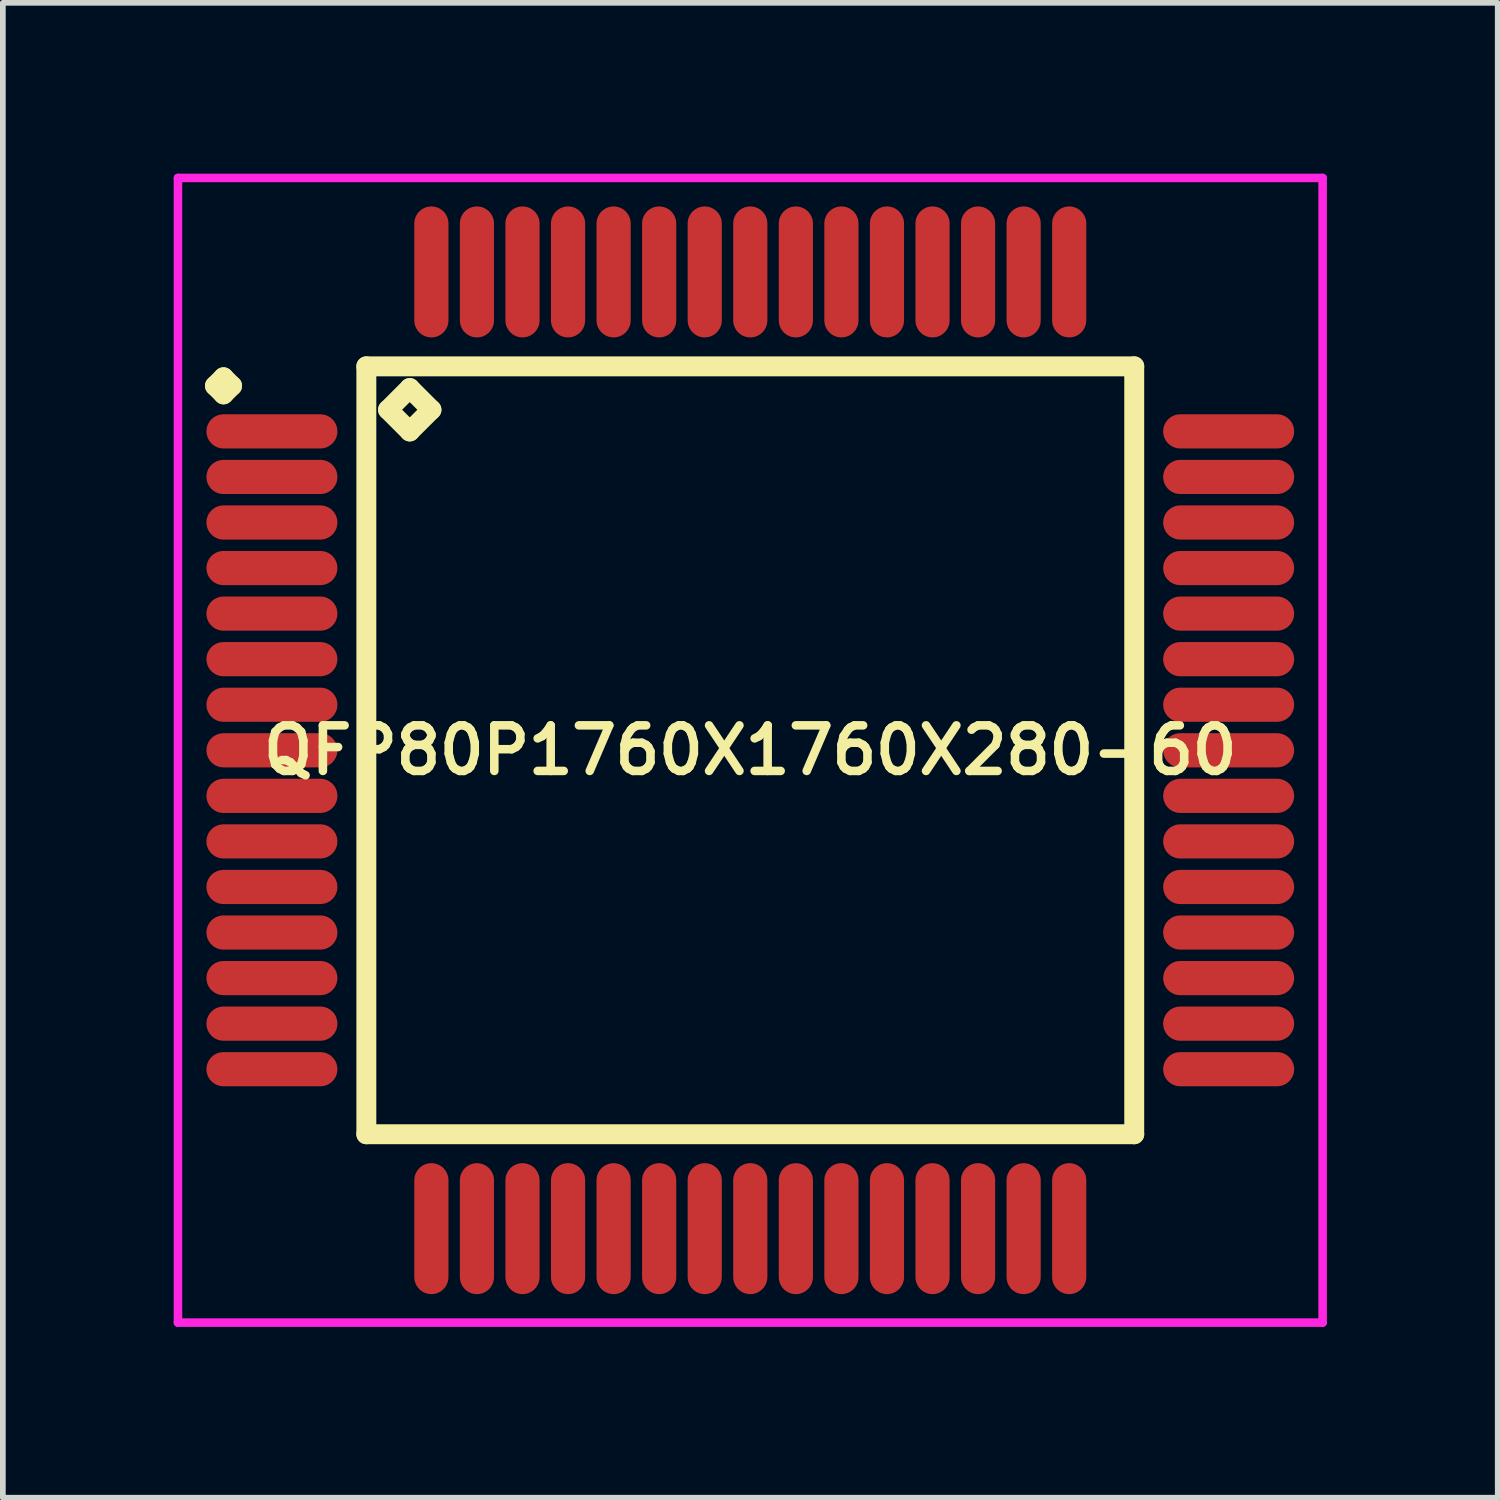
<source format=kicad_pcb>
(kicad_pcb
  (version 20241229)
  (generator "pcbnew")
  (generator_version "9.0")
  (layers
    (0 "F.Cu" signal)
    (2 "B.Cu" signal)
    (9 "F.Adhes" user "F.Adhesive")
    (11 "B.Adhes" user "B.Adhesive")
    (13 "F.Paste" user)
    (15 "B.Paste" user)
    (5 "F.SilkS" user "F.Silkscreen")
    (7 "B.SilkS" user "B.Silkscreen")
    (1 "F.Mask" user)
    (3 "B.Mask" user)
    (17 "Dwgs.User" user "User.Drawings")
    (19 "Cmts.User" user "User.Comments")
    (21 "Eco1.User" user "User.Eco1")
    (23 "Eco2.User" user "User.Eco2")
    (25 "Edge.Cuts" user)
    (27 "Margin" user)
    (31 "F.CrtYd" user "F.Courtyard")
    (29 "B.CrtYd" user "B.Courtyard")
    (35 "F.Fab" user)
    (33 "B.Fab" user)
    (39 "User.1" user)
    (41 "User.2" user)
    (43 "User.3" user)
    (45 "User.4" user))
  (footprint "QFP80P1760X1760X280-60"
    (layer "F.Cu")
    (at 10.125 10.125)
    (property "Reference" "QFP80P1760X1760X280-60" (at 0 0 0) (layer "F.SilkS") (effects (font (size 0.8 0.8) (thickness 0.15))))
    (attr smd)
    (fp_line (start -9.4 -6.4) (end -9.25 -6.55) (stroke (width 0.35) (type solid)) (layer "F.SilkS"))
    (fp_line (start -9.25 -6.55) (end -9.1 -6.4) (stroke (width 0.35) (type solid)) (layer "F.SilkS"))
    (fp_line (start -9.25 -6.25) (end -9.4 -6.4) (stroke (width 0.35) (type solid)) (layer "F.SilkS"))
    (fp_line (start -9.1 -6.4) (end -9.25 -6.25) (stroke (width 0.35) (type solid)) (layer "F.SilkS"))
    (fp_line (start -6.742 -6.742) (end -6.742 6.742) (stroke (width 0.35) (type solid)) (layer "F.SilkS"))
    (fp_line (start -6.742 6.742) (end 6.742 6.742) (stroke (width 0.35) (type solid)) (layer "F.SilkS"))
    (fp_line (start -6.361 -5.98) (end -5.98 -6.361) (stroke (width 0.35) (type solid)) (layer "F.SilkS"))
    (fp_line (start -5.98 -6.361) (end -5.599 -5.98) (stroke (width 0.35) (type solid)) (layer "F.SilkS"))
    (fp_line (start -5.98 -5.599) (end -6.361 -5.98) (stroke (width 0.35) (type solid)) (layer "F.SilkS"))
    (fp_line (start -5.599 -5.98) (end -5.98 -5.599) (stroke (width 0.35) (type solid)) (layer "F.SilkS"))
    (fp_line (start 6.742 -6.742) (end -6.742 -6.742) (stroke (width 0.35) (type solid)) (layer "F.SilkS"))
    (fp_line (start 6.742 6.742) (end 6.742 -6.742) (stroke (width 0.35) (type solid)) (layer "F.SilkS"))
    (fp_line (start -10.05 -10.05) (end 10.05 -10.05) (stroke (width 0.15) (type solid)) (layer "F.CrtYd"))
    (fp_line (start -10.05 10.05) (end -10.05 -10.05) (stroke (width 0.15) (type solid)) (layer "F.CrtYd"))
    (fp_line (start 10.05 -10.05) (end 10.05 10.05) (stroke (width 0.15) (type solid)) (layer "F.CrtYd"))
    (fp_line (start 10.05 10.05) (end -10.05 10.05) (stroke (width 0.15) (type solid)) (layer "F.CrtYd"))
    (pad "1" smd oval (at -8.4 -5.6) (size 2.3 0.6) (layers "F.Cu" "F.Mask" "F.Paste"))
    (pad "2" smd oval (at -8.4 -4.8) (size 2.3 0.6) (layers "F.Cu" "F.Mask" "F.Paste"))
    (pad "3" smd oval (at -8.4 -4) (size 2.3 0.6) (layers "F.Cu" "F.Mask" "F.Paste"))
    (pad "4" smd oval (at -8.4 -3.2) (size 2.3 0.6) (layers "F.Cu" "F.Mask" "F.Paste"))
    (pad "5" smd oval (at -8.4 -2.4) (size 2.3 0.6) (layers "F.Cu" "F.Mask" "F.Paste"))
    (pad "6" smd oval (at -8.4 -1.6) (size 2.3 0.6) (layers "F.Cu" "F.Mask" "F.Paste"))
    (pad "7" smd oval (at -8.4 -0.8) (size 2.3 0.6) (layers "F.Cu" "F.Mask" "F.Paste"))
    (pad "8" smd oval (at -8.4 0) (size 2.3 0.6) (layers "F.Cu" "F.Mask" "F.Paste"))
    (pad "9" smd oval (at -8.4 0.8) (size 2.3 0.6) (layers "F.Cu" "F.Mask" "F.Paste"))
    (pad "10" smd oval (at -8.4 1.6) (size 2.3 0.6) (layers "F.Cu" "F.Mask" "F.Paste"))
    (pad "11" smd oval (at -8.4 2.4) (size 2.3 0.6) (layers "F.Cu" "F.Mask" "F.Paste"))
    (pad "12" smd oval (at -8.4 3.2) (size 2.3 0.6) (layers "F.Cu" "F.Mask" "F.Paste"))
    (pad "13" smd oval (at -8.4 4) (size 2.3 0.6) (layers "F.Cu" "F.Mask" "F.Paste"))
    (pad "14" smd oval (at -8.4 4.8) (size 2.3 0.6) (layers "F.Cu" "F.Mask" "F.Paste"))
    (pad "15" smd oval (at -8.4 5.6) (size 2.3 0.6) (layers "F.Cu" "F.Mask" "F.Paste"))
    (pad "16" smd oval (at -5.6 8.4) (size 0.6 2.3) (layers "F.Cu" "F.Mask" "F.Paste"))
    (pad "17" smd oval (at -4.8 8.4) (size 0.6 2.3) (layers "F.Cu" "F.Mask" "F.Paste"))
    (pad "18" smd oval (at -4 8.4) (size 0.6 2.3) (layers "F.Cu" "F.Mask" "F.Paste"))
    (pad "19" smd oval (at -3.2 8.4) (size 0.6 2.3) (layers "F.Cu" "F.Mask" "F.Paste"))
    (pad "20" smd oval (at -2.4 8.4) (size 0.6 2.3) (layers "F.Cu" "F.Mask" "F.Paste"))
    (pad "21" smd oval (at -1.6 8.4) (size 0.6 2.3) (layers "F.Cu" "F.Mask" "F.Paste"))
    (pad "22" smd oval (at -0.8 8.4) (size 0.6 2.3) (layers "F.Cu" "F.Mask" "F.Paste"))
    (pad "23" smd oval (at 0 8.4) (size 0.6 2.3) (layers "F.Cu" "F.Mask" "F.Paste"))
    (pad "24" smd oval (at 0.8 8.4) (size 0.6 2.3) (layers "F.Cu" "F.Mask" "F.Paste"))
    (pad "25" smd oval (at 1.6 8.4) (size 0.6 2.3) (layers "F.Cu" "F.Mask" "F.Paste"))
    (pad "26" smd oval (at 2.4 8.4) (size 0.6 2.3) (layers "F.Cu" "F.Mask" "F.Paste"))
    (pad "27" smd oval (at 3.2 8.4) (size 0.6 2.3) (layers "F.Cu" "F.Mask" "F.Paste"))
    (pad "28" smd oval (at 4 8.4) (size 0.6 2.3) (layers "F.Cu" "F.Mask" "F.Paste"))
    (pad "29" smd oval (at 4.8 8.4) (size 0.6 2.3) (layers "F.Cu" "F.Mask" "F.Paste"))
    (pad "30" smd oval (at 5.6 8.4) (size 0.6 2.3) (layers "F.Cu" "F.Mask" "F.Paste"))
    (pad "31" smd oval (at 8.4 5.6) (size 2.3 0.6) (layers "F.Cu" "F.Mask" "F.Paste"))
    (pad "32" smd oval (at 8.4 4.8) (size 2.3 0.6) (layers "F.Cu" "F.Mask" "F.Paste"))
    (pad "33" smd oval (at 8.4 4) (size 2.3 0.6) (layers "F.Cu" "F.Mask" "F.Paste"))
    (pad "34" smd oval (at 8.4 3.2) (size 2.3 0.6) (layers "F.Cu" "F.Mask" "F.Paste"))
    (pad "35" smd oval (at 8.4 2.4) (size 2.3 0.6) (layers "F.Cu" "F.Mask" "F.Paste"))
    (pad "36" smd oval (at 8.4 1.6) (size 2.3 0.6) (layers "F.Cu" "F.Mask" "F.Paste"))
    (pad "37" smd oval (at 8.4 0.8) (size 2.3 0.6) (layers "F.Cu" "F.Mask" "F.Paste"))
    (pad "38" smd oval (at 8.4 0) (size 2.3 0.6) (layers "F.Cu" "F.Mask" "F.Paste"))
    (pad "39" smd oval (at 8.4 -0.8) (size 2.3 0.6) (layers "F.Cu" "F.Mask" "F.Paste"))
    (pad "40" smd oval (at 8.4 -1.6) (size 2.3 0.6) (layers "F.Cu" "F.Mask" "F.Paste"))
    (pad "41" smd oval (at 8.4 -2.4) (size 2.3 0.6) (layers "F.Cu" "F.Mask" "F.Paste"))
    (pad "42" smd oval (at 8.4 -3.2) (size 2.3 0.6) (layers "F.Cu" "F.Mask" "F.Paste"))
    (pad "43" smd oval (at 8.4 -4) (size 2.3 0.6) (layers "F.Cu" "F.Mask" "F.Paste"))
    (pad "44" smd oval (at 8.4 -4.8) (size 2.3 0.6) (layers "F.Cu" "F.Mask" "F.Paste"))
    (pad "45" smd oval (at 8.4 -5.6) (size 2.3 0.6) (layers "F.Cu" "F.Mask" "F.Paste"))
    (pad "46" smd oval (at 5.6 -8.4) (size 0.6 2.3) (layers "F.Cu" "F.Mask" "F.Paste"))
    (pad "47" smd oval (at 4.8 -8.4) (size 0.6 2.3) (layers "F.Cu" "F.Mask" "F.Paste"))
    (pad "48" smd oval (at 4 -8.4) (size 0.6 2.3) (layers "F.Cu" "F.Mask" "F.Paste"))
    (pad "49" smd oval (at 3.2 -8.4) (size 0.6 2.3) (layers "F.Cu" "F.Mask" "F.Paste"))
    (pad "50" smd oval (at 2.4 -8.4) (size 0.6 2.3) (layers "F.Cu" "F.Mask" "F.Paste"))
    (pad "51" smd oval (at 1.6 -8.4) (size 0.6 2.3) (layers "F.Cu" "F.Mask" "F.Paste"))
    (pad "52" smd oval (at 0.8 -8.4) (size 0.6 2.3) (layers "F.Cu" "F.Mask" "F.Paste"))
    (pad "53" smd oval (at 0 -8.4) (size 0.6 2.3) (layers "F.Cu" "F.Mask" "F.Paste"))
    (pad "54" smd oval (at -0.8 -8.4) (size 0.6 2.3) (layers "F.Cu" "F.Mask" "F.Paste"))
    (pad "55" smd oval (at -1.6 -8.4) (size 0.6 2.3) (layers "F.Cu" "F.Mask" "F.Paste"))
    (pad "56" smd oval (at -2.4 -8.4) (size 0.6 2.3) (layers "F.Cu" "F.Mask" "F.Paste"))
    (pad "57" smd oval (at -3.2 -8.4) (size 0.6 2.3) (layers "F.Cu" "F.Mask" "F.Paste"))
    (pad "58" smd oval (at -4 -8.4) (size 0.6 2.3) (layers "F.Cu" "F.Mask" "F.Paste"))
    (pad "59" smd oval (at -4.8 -8.4) (size 0.6 2.3) (layers "F.Cu" "F.Mask" "F.Paste"))
    (pad "60" smd oval (at -5.6 -8.4) (size 0.6 2.3) (layers "F.Cu" "F.Mask" "F.Paste")))
  (gr_rect
    (start -3 -3)
    (end 23.25 23.25)
    (stroke (width 0.1) (type default))
    (fill no)
    (layer "Edge.Cuts")))
</source>
